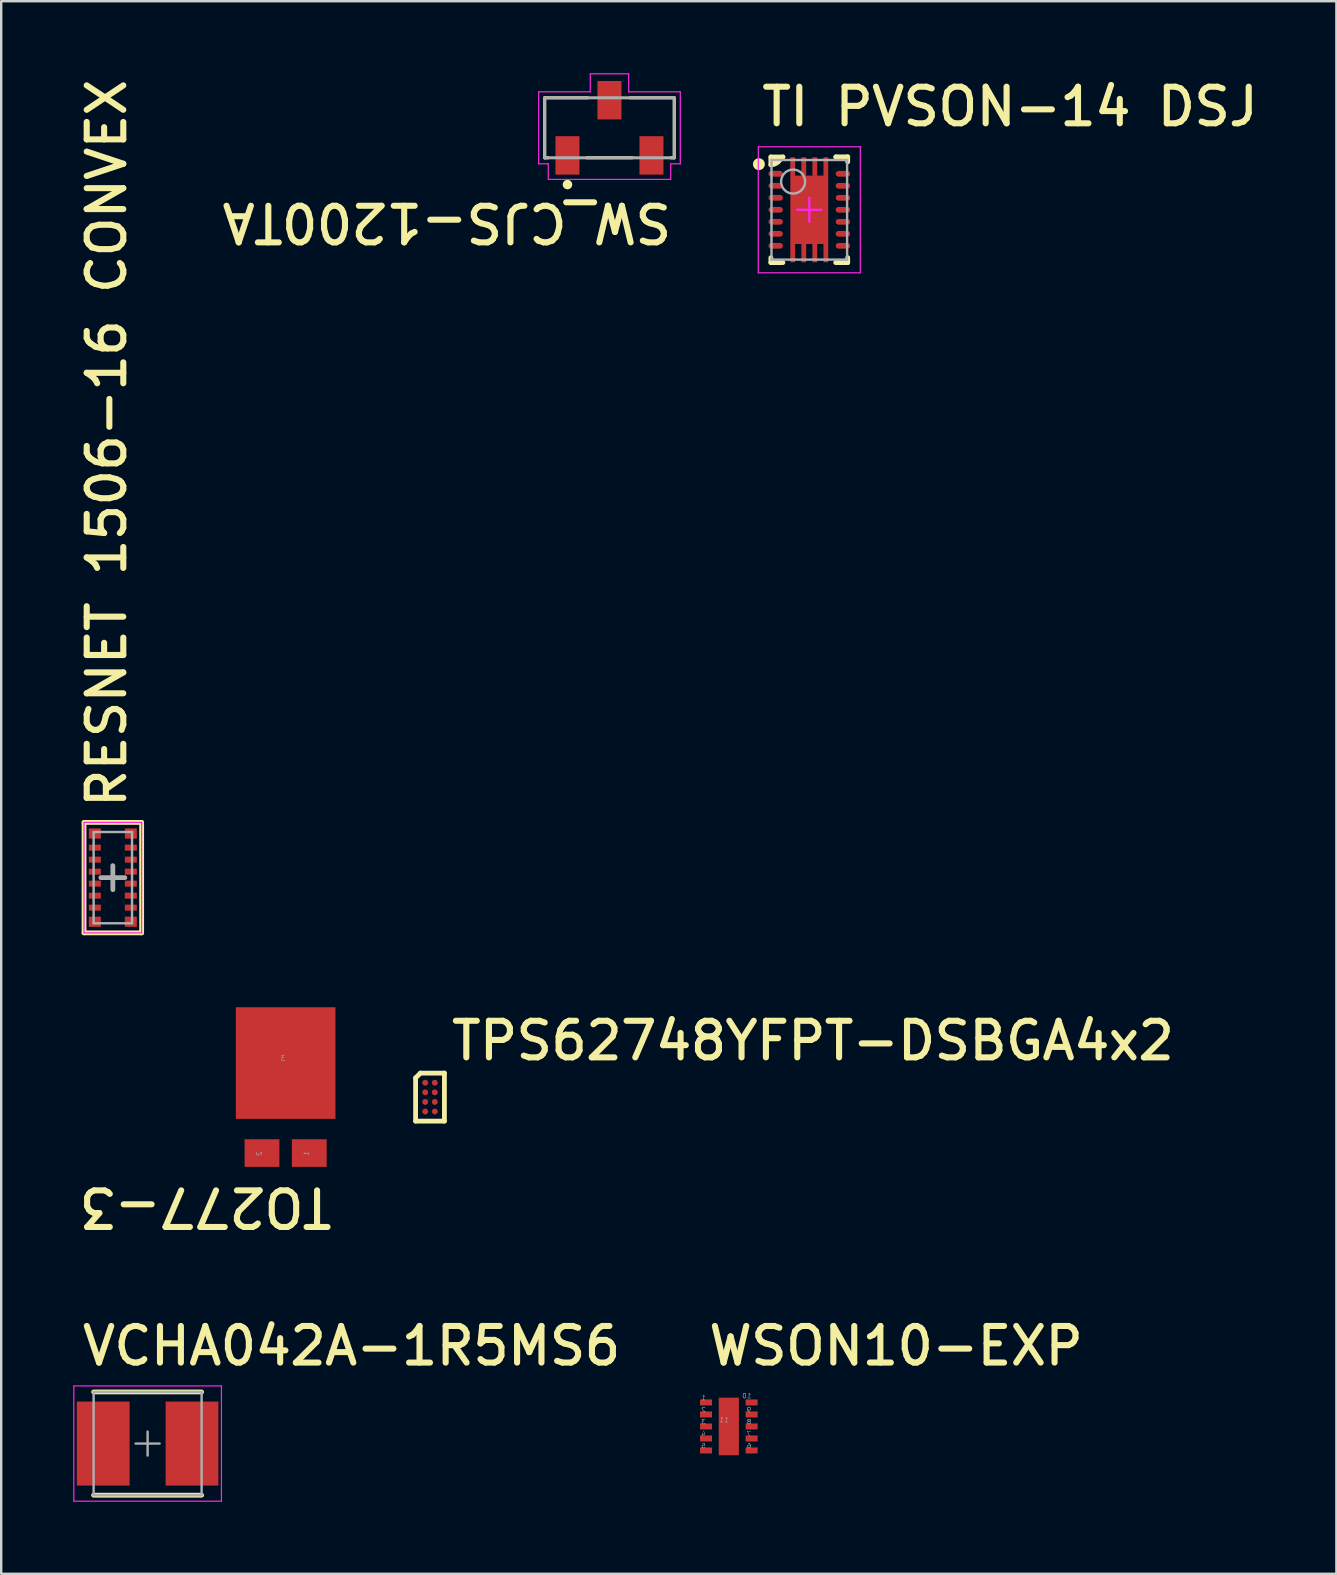
<source format=kicad_pcb>
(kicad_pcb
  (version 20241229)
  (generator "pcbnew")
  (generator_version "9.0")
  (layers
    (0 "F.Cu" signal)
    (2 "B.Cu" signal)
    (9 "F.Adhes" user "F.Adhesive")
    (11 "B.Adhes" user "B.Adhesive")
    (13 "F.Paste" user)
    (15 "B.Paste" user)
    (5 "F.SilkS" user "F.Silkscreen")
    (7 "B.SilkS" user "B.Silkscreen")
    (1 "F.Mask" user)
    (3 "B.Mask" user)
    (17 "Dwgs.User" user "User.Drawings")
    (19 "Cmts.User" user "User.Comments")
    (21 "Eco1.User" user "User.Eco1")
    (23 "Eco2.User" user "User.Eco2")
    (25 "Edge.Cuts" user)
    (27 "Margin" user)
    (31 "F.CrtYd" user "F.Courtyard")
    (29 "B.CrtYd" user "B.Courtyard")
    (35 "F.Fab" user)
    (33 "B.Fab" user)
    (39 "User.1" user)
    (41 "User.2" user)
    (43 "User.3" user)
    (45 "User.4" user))
  (footprint "TO277-3"
    (layer "F.Cu")
    (at 8.85 42.239)
    (property "Reference" "TO277-3" (at 2.057 4.105 180) (unlocked yes) (layer "F.SilkS") (effects (font (size 1.524 1.524) (thickness 0.254)) (justify left bottom)))
    (fp_text user "2" (at -0.985 2.67 90) (unlocked yes) (layer "F.Fab") (effects (font (size 0.2 0.2) (thickness 0.02)) (justify left bottom mirror)))
    (fp_text user "1" (at 0.985 2.67 90) (unlocked yes) (layer "F.Fab") (effects (font (size 0.2 0.2) (thickness 0.02)) (justify left bottom mirror)))
    (fp_text user "3" (at 0 -1.08 0) (unlocked yes) (layer "F.Fab") (effects (font (size 0.2 0.2) (thickness 0.02)) (justify left bottom mirror)))
    (pad "1" smd rect (at 0.985 2.75 270) (size 1.15 1.45) (layers "F.Cu" "F.Mask" "F.Paste"))
    (pad "2" smd rect (at -0.985 2.75 270) (size 1.15 1.45) (layers "F.Cu" "F.Mask" "F.Paste"))
    (pad "3" smd rect (at 0 -1 270) (size 4.65 4.15) (layers "F.Cu" "F.Mask" "F.Paste"))
    (zone (net_name "") (layer "Eco1.User") (hatch edge 0.5) (connect_pads) (min_thickness 0.25) (filled_areas_thickness no) (keepout (tracks not_allowed) (vias not_allowed) (pads not_allowed) (copperpour not_allowed) (footprints allowed)) (placement (enabled no)) (fill) (polygon (pts (xy 6.535 39.958) (xy 6.535 38.914) (xy 11.165 38.914) (xy 11.165 39.958))))
    (zone (net_name "") (layer "Eco1.User") (hatch edge 0.5) (connect_pads) (min_thickness 0.25) (filled_areas_thickness no) (keepout (tracks not_allowed) (vias not_allowed) (pads not_allowed) (copperpour not_allowed) (footprints allowed)) (placement (enabled no)) (fill) (polygon (pts (xy 6.535 45.564) (xy 6.535 40.132) (xy 11.165 40.132) (xy 11.165 45.564)))))
  (footprint "TPS62748YFPT-DSBGA4x2"
    (layer "F.Cu")
    (at 14.665 42.058)
    (property "Reference" "TPS62748YFPT-DSBGA4x2" (at 0.965 -0.857 0) (unlocked yes) (layer "F.SilkS") (effects (font (size 1.524 1.524) (thickness 0.254)) (justify left bottom)))
    (fp_line (start -0.4 1.6) (end -0.4 -0.2) (stroke (width 0.2) (type solid)) (layer "F.SilkS"))
    (fp_line (start -0.2 -0.4) (end -0.4 -0.2) (stroke (width 0.2) (type solid)) (layer "F.SilkS"))
    (fp_line (start 0.8 -0.4) (end -0.2 -0.4) (stroke (width 0.2) (type solid)) (layer "F.SilkS"))
    (fp_line (start 0.8 1.6) (end -0.4 1.6) (stroke (width 0.2) (type solid)) (layer "F.SilkS"))
    (fp_line (start 0.8 1.6) (end 0.8 -0.4) (stroke (width 0.2) (type solid)) (layer "F.SilkS"))
    (pad "A1" smd circle (at 0 0) (size 0.245 0.245) (layers "F.Cu" "F.Mask" "F.Paste"))
    (pad "A2" smd circle (at 0.4 0) (size 0.245 0.245) (layers "F.Cu" "F.Mask" "F.Paste"))
    (pad "B1" smd circle (at 0 0.4) (size 0.245 0.245) (layers "F.Cu" "F.Mask" "F.Paste"))
    (pad "B2" smd circle (at 0.4 0.4) (size 0.245 0.245) (layers "F.Cu" "F.Mask" "F.Paste"))
    (pad "C1" smd circle (at 0 0.8) (size 0.245 0.245) (layers "F.Cu" "F.Mask" "F.Paste"))
    (pad "C2" smd circle (at 0.4 0.8) (size 0.245 0.245) (layers "F.Cu" "F.Mask" "F.Paste"))
    (pad "D1" smd circle (at 0 1.2) (size 0.245 0.245) (layers "F.Cu" "F.Mask" "F.Paste"))
    (pad "D2" smd circle (at 0.4 1.2) (size 0.245 0.245) (layers "F.Cu" "F.Mask" "F.Paste")))
  (footprint "RESNET 1506-16 CONVEX"
    (layer "F.Cu")
    (at 1.651 33.514)
    (property "Reference" "RESNET 1506-16 CONVEX" (at 0.635 -2.795 90) (unlocked yes) (layer "F.SilkS") (effects (font (size 1.524 1.524) (thickness 0.254)) (justify left bottom)))
    (fp_line (start -1.2 -2.3) (end -1.2 2.3) (stroke (width 0.2) (type solid)) (layer "F.SilkS"))
    (fp_line (start -1.2 -2.3) (end 1.2 -2.3) (stroke (width 0.2) (type solid)) (layer "F.SilkS"))
    (fp_line (start -1.2 2.3) (end 1.2 2.3) (stroke (width 0.2) (type solid)) (layer "F.SilkS"))
    (fp_line (start 1.2 -2.3) (end 1.2 2.3) (stroke (width 0.2) (type solid)) (layer "F.SilkS"))
    (fp_line (start -1.2 -2.3) (end -1.2 2.3) (stroke (width 0.05) (type solid)) (layer "F.CrtYd"))
    (fp_line (start -1.2 -2.3) (end 1.2 -2.3) (stroke (width 0.05) (type solid)) (layer "F.CrtYd"))
    (fp_line (start -1.2 2.3) (end 1.2 2.3) (stroke (width 0.05) (type solid)) (layer "F.CrtYd"))
    (fp_line (start 1.2 -2.3) (end 1.2 2.3) (stroke (width 0.05) (type solid)) (layer "F.CrtYd"))
    (fp_line (start -0.8 -1.9) (end -0.8 1.9) (stroke (width 0.1) (type solid)) (layer "F.Fab"))
    (fp_line (start -0.8 -1.9) (end 0.8 -1.9) (stroke (width 0.1) (type solid)) (layer "F.Fab"))
    (fp_line (start -0.8 1.9) (end 0.8 1.9) (stroke (width 0.1) (type solid)) (layer "F.Fab"))
    (fp_line (start -0.5 0) (end 0.5 0) (stroke (width 0.2) (type solid)) (layer "F.Fab"))
    (fp_line (start 0 -0.5) (end 0 0.5) (stroke (width 0.2) (type solid)) (layer "F.Fab"))
    (fp_line (start 0.8 -1.9) (end 0.8 1.9) (stroke (width 0.1) (type solid)) (layer "F.Fab"))
    (pad "1" smd rect (at -0.75 -1.837) (size 0.5 0.425) (layers "F.Cu" "F.Mask" "F.Paste"))
    (pad "2" smd rect (at -0.75 -1.25) (size 0.5 0.25) (layers "F.Cu" "F.Mask" "F.Paste"))
    (pad "3" smd rect (at -0.75 -0.75) (size 0.5 0.25) (layers "F.Cu" "F.Mask" "F.Paste"))
    (pad "4" smd rect (at -0.75 -0.25) (size 0.5 0.25) (layers "F.Cu" "F.Mask" "F.Paste"))
    (pad "5" smd rect (at -0.75 0.25) (size 0.5 0.25) (layers "F.Cu" "F.Mask" "F.Paste"))
    (pad "6" smd rect (at -0.75 0.75) (size 0.5 0.25) (layers "F.Cu" "F.Mask" "F.Paste"))
    (pad "7" smd rect (at -0.75 1.25) (size 0.5 0.25) (layers "F.Cu" "F.Mask" "F.Paste"))
    (pad "8" smd rect (at -0.75 1.837) (size 0.5 0.425) (layers "F.Cu" "F.Mask" "F.Paste"))
    (pad "9" smd rect (at 0.75 1.837) (size 0.5 0.425) (layers "F.Cu" "F.Mask" "F.Paste"))
    (pad "10" smd rect (at 0.75 1.25) (size 0.5 0.25) (layers "F.Cu" "F.Mask" "F.Paste"))
    (pad "11" smd rect (at 0.75 0.75) (size 0.5 0.25) (layers "F.Cu" "F.Mask" "F.Paste"))
    (pad "12" smd rect (at 0.75 0.25) (size 0.5 0.25) (layers "F.Cu" "F.Mask" "F.Paste"))
    (pad "13" smd rect (at 0.75 -0.25) (size 0.5 0.25) (layers "F.Cu" "F.Mask" "F.Paste"))
    (pad "14" smd rect (at 0.75 -0.75) (size 0.5 0.25) (layers "F.Cu" "F.Mask" "F.Paste"))
    (pad "15" smd rect (at 0.75 -1.25) (size 0.5 0.25) (layers "F.Cu" "F.Mask" "F.Paste"))
    (pad "16" smd rect (at 0.75 -1.837) (size 0.5 0.425) (layers "F.Cu" "F.Mask" "F.Paste")))
  (footprint "VCHA042A-1R5MS6"
    (layer "F.Cu")
    (at 3.1 57.092)
    (property "Reference" "VCHA042A-1R5MS6" (at -2.845 -3.175 0) (unlocked yes) (layer "F.SilkS") (effects (font (size 1.524 1.524) (thickness 0.254)) (justify left bottom)))
    (fp_line (start 2.25 -2.15) (end -2.25 -2.15) (stroke (width 0.2) (type solid)) (layer "F.SilkS"))
    (fp_line (start 2.25 2.15) (end -2.25 2.15) (stroke (width 0.2) (type solid)) (layer "F.SilkS"))
    (fp_line (start -3.075 2.4) (end -3.075 -2.4) (stroke (width 0.05) (type solid)) (layer "F.CrtYd"))
    (fp_line (start 3.075 -2.4) (end -3.075 -2.4) (stroke (width 0.05) (type solid)) (layer "F.CrtYd"))
    (fp_line (start 3.075 2.4) (end -3.075 2.4) (stroke (width 0.05) (type solid)) (layer "F.CrtYd"))
    (fp_line (start 3.075 2.4) (end 3.075 -2.4) (stroke (width 0.05) (type solid)) (layer "F.CrtYd"))
    (fp_line (start -2.25 2.15) (end -2.25 -2.15) (stroke (width 0.1) (type solid)) (layer "F.Fab"))
    (fp_line (start 0 0.5) (end 0 -0.5) (stroke (width 0.1) (type solid)) (layer "F.Fab"))
    (fp_line (start 0.5 0) (end -0.5 0) (stroke (width 0.1) (type solid)) (layer "F.Fab"))
    (fp_line (start 2.25 -2.15) (end -2.25 -2.15) (stroke (width 0.1) (type solid)) (layer "F.Fab"))
    (fp_line (start 2.25 2.15) (end -2.25 2.15) (stroke (width 0.1) (type solid)) (layer "F.Fab"))
    (fp_line (start 2.25 2.15) (end 2.25 -2.15) (stroke (width 0.1) (type solid)) (layer "F.Fab"))
    (pad "1" smd rect (at -1.85 0 90) (size 3.5 2.2) (layers "F.Cu" "F.Mask" "F.Paste"))
    (pad "2" smd rect (at 1.85 0 90) (size 3.5 2.2) (layers "F.Cu" "F.Mask" "F.Paste")))
  (footprint "WSON10-EXP"
    (layer "F.Cu")
    (at 27.314 56.38)
    (property "Reference" "WSON10-EXP" (at -0.965 -2.464 0) (unlocked yes) (layer "F.SilkS") (effects (font (size 1.524 1.524) (thickness 0.254)) (justify left bottom)))
    (fp_poly (pts (xy -1.2 -1.7) (xy -1.2 1.7) (xy 1.2 1.7) (xy 1.2 -1.7)) (stroke (width 0.1) (type default)) (fill no) (layer "User.8"))
    (fp_text user "11" (at 0 -0.16 0) (unlocked yes) (layer "F.Fab") (effects (font (size 0.2 0.2) (thickness 0.02)) (justify left bottom mirror)))
    (fp_text user "3" (at -0.95 -0.08 0) (unlocked yes) (layer "F.Fab") (effects (font (size 0.2 0.2) (thickness 0.02)) (justify left bottom mirror)))
    (fp_text user "8" (at 0.95 -0.08 0) (unlocked yes) (layer "F.Fab") (effects (font (size 0.2 0.2) (thickness 0.02)) (justify left bottom mirror)))
    (fp_text user "9" (at 0.95 -0.58 0) (unlocked yes) (layer "F.Fab") (effects (font (size 0.2 0.2) (thickness 0.02)) (justify left bottom mirror)))
    (fp_text user "6" (at 0.95 0.92 0) (unlocked yes) (layer "F.Fab") (effects (font (size 0.2 0.2) (thickness 0.02)) (justify left bottom mirror)))
    (fp_text user "5" (at -0.95 0.92 0) (unlocked yes) (layer "F.Fab") (effects (font (size 0.2 0.2) (thickness 0.02)) (justify left bottom mirror)))
    (fp_text user "7" (at 0.95 0.42 0) (unlocked yes) (layer "F.Fab") (effects (font (size 0.2 0.2) (thickness 0.02)) (justify left bottom mirror)))
    (fp_text user "4" (at -0.95 0.42 0) (unlocked yes) (layer "F.Fab") (effects (font (size 0.2 0.2) (thickness 0.02)) (justify left bottom mirror)))
    (fp_text user "2" (at -0.95 -0.58 0) (unlocked yes) (layer "F.Fab") (effects (font (size 0.2 0.2) (thickness 0.02)) (justify left bottom mirror)))
    (fp_text user "10" (at 0.95 -1.16 0) (unlocked yes) (layer "F.Fab") (effects (font (size 0.2 0.2) (thickness 0.02)) (justify left bottom mirror)))
    (fp_text user "1" (at -0.95 -1.08 0) (unlocked yes) (layer "F.Fab") (effects (font (size 0.2 0.2) (thickness 0.02)) (justify left bottom mirror)))
    (pad "1" smd rect (at -0.95 -1 270) (size 0.25 0.5) (layers "F.Cu" "F.Mask" "F.Paste"))
    (pad "2" smd rect (at -0.95 -0.5 270) (size 0.25 0.5) (layers "F.Cu" "F.Mask" "F.Paste"))
    (pad "3" smd rect (at -0.95 0 270) (size 0.25 0.5) (layers "F.Cu" "F.Mask" "F.Paste"))
    (pad "4" smd rect (at -0.95 0.5 270) (size 0.25 0.5) (layers "F.Cu" "F.Mask" "F.Paste"))
    (pad "5" smd rect (at -0.95 1 270) (size 0.25 0.5) (layers "F.Cu" "F.Mask" "F.Paste"))
    (pad "6" smd rect (at 0.95 1 270) (size 0.25 0.5) (layers "F.Cu" "F.Mask" "F.Paste"))
    (pad "7" smd rect (at 0.95 0.5 270) (size 0.25 0.5) (layers "F.Cu" "F.Mask" "F.Paste"))
    (pad "8" smd rect (at 0.95 0 270) (size 0.25 0.5) (layers "F.Cu" "F.Mask" "F.Paste"))
    (pad "9" smd rect (at 0.95 -0.5 270) (size 0.25 0.5) (layers "F.Cu" "F.Mask" "F.Paste"))
    (pad "10" smd rect (at 0.95 -1 270) (size 0.25 0.5) (layers "F.Cu" "F.Mask" "F.Paste"))
    (pad "11" smd rect (at 0 0 270) (size 2.4 0.84) (layers "F.Cu" "F.Mask" "F.Paste"))
    (zone (net_name "") (layer "Eco1.User") (hatch edge 0.5) (connect_pads) (min_thickness 0.25) (filled_areas_thickness no) (keepout (tracks not_allowed) (vias not_allowed) (pads not_allowed) (copperpour not_allowed) (footprints allowed)) (placement (enabled no)) (fill) (polygon (pts (xy 28.314 57.88) (xy 26.314 57.88) (xy 26.314 54.88) (xy 28.314 54.88)))))
  (footprint "SW_CJS-1200TA"
    (layer "F.Cu")
    (at 22.342 2.275)
    (property "Reference" "SW_CJS-1200TA" (at 2.718 3.048 180) (unlocked yes) (layer "F.SilkS") (effects (font (size 1.524 1.524) (thickness 0.254)) (justify left bottom)))
    (fp_line (start -2.7 -1.25) (end -2.7 1.25) (stroke (width 0.127) (type solid)) (layer "F.SilkS"))
    (fp_line (start -2.55 1.25) (end -2.7 1.25) (stroke (width 0.127) (type solid)) (layer "F.SilkS"))
    (fp_line (start -0.9 -1.25) (end -2.7 -1.25) (stroke (width 0.127) (type solid)) (layer "F.SilkS"))
    (fp_line (start 0.95 1.25) (end -0.95 1.25) (stroke (width 0.127) (type solid)) (layer "F.SilkS"))
    (fp_line (start 2.7 -1.25) (end 0.85 -1.25) (stroke (width 0.127) (type solid)) (layer "F.SilkS"))
    (fp_line (start 2.7 -1.25) (end 2.7 1.25) (stroke (width 0.127) (type solid)) (layer "F.SilkS"))
    (fp_line (start 2.7 1.25) (end 2.55 1.25) (stroke (width 0.127) (type solid)) (layer "F.SilkS"))
    (fp_circle (center -1.75 2.365) (end -1.75 2.465) (stroke (width 0.2) (type solid)) (fill no) (layer "F.SilkS"))
    (fp_line (start -2.95 -1.5) (end -2.95 1.5) (stroke (width 0.05) (type solid)) (layer "F.CrtYd"))
    (fp_line (start -2.55 1.5) (end -2.95 1.5) (stroke (width 0.05) (type solid)) (layer "F.CrtYd"))
    (fp_line (start -2.55 1.5) (end -2.55 2.15) (stroke (width 0.05) (type solid)) (layer "F.CrtYd"))
    (fp_line (start -0.8 -2.25) (end -0.8 -1.5) (stroke (width 0.05) (type solid)) (layer "F.CrtYd"))
    (fp_line (start -0.8 -1.5) (end -2.95 -1.5) (stroke (width 0.05) (type solid)) (layer "F.CrtYd"))
    (fp_line (start 0.8 -2.25) (end -0.8 -2.25) (stroke (width 0.05) (type solid)) (layer "F.CrtYd"))
    (fp_line (start 0.8 -2.25) (end 0.8 -1.5) (stroke (width 0.05) (type solid)) (layer "F.CrtYd"))
    (fp_line (start 2.55 1.5) (end 2.55 2.15) (stroke (width 0.05) (type solid)) (layer "F.CrtYd"))
    (fp_line (start 2.55 2.15) (end -2.55 2.15) (stroke (width 0.05) (type solid)) (layer "F.CrtYd"))
    (fp_line (start 2.95 -1.5) (end 0.8 -1.5) (stroke (width 0.05) (type solid)) (layer "F.CrtYd"))
    (fp_line (start 2.95 -1.5) (end 2.95 1.5) (stroke (width 0.05) (type solid)) (layer "F.CrtYd"))
    (fp_line (start 2.95 1.5) (end 2.55 1.5) (stroke (width 0.05) (type solid)) (layer "F.CrtYd"))
    (fp_line (start -2.7 -1.25) (end -2.7 1.25) (stroke (width 0.127) (type solid)) (layer "F.Fab"))
    (fp_line (start 2.7 -1.25) (end -2.7 -1.25) (stroke (width 0.127) (type solid)) (layer "F.Fab"))
    (fp_line (start 2.7 -1.25) (end 2.7 1.25) (stroke (width 0.127) (type solid)) (layer "F.Fab"))
    (fp_line (start 2.7 1.25) (end -2.7 1.25) (stroke (width 0.127) (type solid)) (layer "F.Fab"))
    (pad "1" smd rect (at -1.75 1.15) (size 1 1.6) (layers "F.Cu" "F.Mask" "F.Paste"))
    (pad "2" smd rect (at 0 -1.15) (size 1 1.6) (layers "F.Cu" "F.Mask" "F.Paste"))
    (pad "3" smd rect (at 1.75 1.15) (size 1 1.6) (layers "F.Cu" "F.Mask" "F.Paste")))
  (footprint "TI PVSON-14 DSJ"
    (layer "F.Cu")
    (at 30.667 5.69)
    (property "Reference" "TI PVSON-14 DSJ" (at -2.108 -3.404 0) (unlocked yes) (layer "F.SilkS") (effects (font (size 1.524 1.524) (thickness 0.254)) (justify left bottom)))
    (fp_line (start -1.6 -1.875) (end -1.6 -2.2) (stroke (width 0.2) (type solid)) (layer "F.SilkS"))
    (fp_line (start -1.6 2.2) (end -1.6 1.995) (stroke (width 0.2) (type solid)) (layer "F.SilkS"))
    (fp_line (start -1.1 -2.2) (end -1.6 -2.2) (stroke (width 0.2) (type solid)) (layer "F.SilkS"))
    (fp_line (start -1.1 -2.2) (end -1.301 -1.999) (stroke (width 0.2) (type solid)) (layer "F.SilkS"))
    (fp_line (start -1.1 2.2) (end -1.6 2.2) (stroke (width 0.2) (type solid)) (layer "F.SilkS"))
    (fp_line (start 1.6 -2.205) (end 1.112 -2.205) (stroke (width 0.2) (type solid)) (layer "F.SilkS"))
    (fp_line (start 1.6 -2) (end 1.6 -2.205) (stroke (width 0.2) (type solid)) (layer "F.SilkS"))
    (fp_line (start 1.6 2.2) (end 1.1 2.2) (stroke (width 0.2) (type solid)) (layer "F.SilkS"))
    (fp_line (start 1.6 2.2) (end 1.6 1.995) (stroke (width 0.2) (type solid)) (layer "F.SilkS"))
    (fp_arc (start -1.301262 -1.998742) (mid -1.438324 -1.90716) (end -1.6 -1.875) (stroke (width 0.2) (type solid)) (layer "F.SilkS"))
    (fp_arc (start 1.099993 -2.200007) (mid 1.105534 -2.203709) (end 1.11207 -2.20501) (stroke (width 0.2) (type solid)) (layer "F.SilkS"))
    (fp_circle (center -2.1 -1.9) (end -2.1 -2.025) (stroke (width 0.25) (type solid)) (fill no) (layer "F.SilkS"))
    (fp_poly (pts (xy -1.6 -2.2) (xy -1.1 -2.2) (xy -1.425 -1.875) (xy -1.6 -1.875)) (stroke (width 0) (type default)) (fill yes) (layer "F.SilkS"))
    (fp_line (start -2.125 2.625) (end -2.125 -2.625) (stroke (width 0.05) (type solid)) (layer "F.CrtYd"))
    (fp_line (start 0 0.5) (end 0 -0.5) (stroke (width 0.1) (type solid)) (layer "F.CrtYd"))
    (fp_line (start 0.5 0) (end -0.5 0) (stroke (width 0.1) (type solid)) (layer "F.CrtYd"))
    (fp_line (start 2.125 -2.625) (end -2.125 -2.625) (stroke (width 0.05) (type solid)) (layer "F.CrtYd"))
    (fp_line (start 2.125 2.625) (end -2.125 2.625) (stroke (width 0.05) (type solid)) (layer "F.CrtYd"))
    (fp_line (start 2.125 2.625) (end 2.125 -2.625) (stroke (width 0.05) (type solid)) (layer "F.CrtYd"))
    (fp_line (start -1.575 2.075) (end -1.575 -2.075) (stroke (width 0.1) (type solid)) (layer "F.Fab"))
    (fp_line (start 1.575 -2.075) (end -1.575 -2.075) (stroke (width 0.1) (type solid)) (layer "F.Fab"))
    (fp_line (start 1.575 2.075) (end -1.575 2.075) (stroke (width 0.1) (type solid)) (layer "F.Fab"))
    (fp_line (start 1.575 2.075) (end 1.575 -2.075) (stroke (width 0.1) (type solid)) (layer "F.Fab"))
    (fp_circle (center -0.675 -1.175) (end -0.675 -1.675) (stroke (width 0.1) (type solid)) (fill no) (layer "F.Fab"))
    (pad "1" smd oval (at -1.4 -1.5 90) (size 0.24 0.6) (layers "F.Cu" "F.Mask" "F.Paste"))
    (pad "2" smd oval (at -1.4 -1 90) (size 0.24 0.6) (layers "F.Cu" "F.Mask" "F.Paste"))
    (pad "3" smd oval (at -1.4 -0.5 90) (size 0.24 0.6) (layers "F.Cu" "F.Mask" "F.Paste"))
    (pad "4" smd oval (at -1.4 0 90) (size 0.24 0.6) (layers "F.Cu" "F.Mask" "F.Paste"))
    (pad "5" smd oval (at -1.4 0.5 90) (size 0.24 0.6) (layers "F.Cu" "F.Mask" "F.Paste"))
    (pad "6" smd oval (at -1.4 1 90) (size 0.24 0.6) (layers "F.Cu" "F.Mask" "F.Paste"))
    (pad "7" smd oval (at -1.4 1.5 90) (size 0.24 0.6) (layers "F.Cu" "F.Mask" "F.Paste"))
    (pad "8" smd oval (at 1.4 1.5 90) (size 0.24 0.6) (layers "F.Cu" "F.Mask" "F.Paste"))
    (pad "9" smd oval (at 1.4 1 90) (size 0.24 0.6) (layers "F.Cu" "F.Mask" "F.Paste"))
    (pad "10" smd oval (at 1.4 0.5 90) (size 0.24 0.6) (layers "F.Cu" "F.Mask" "F.Paste"))
    (pad "11" smd oval (at 1.4 0 90) (size 0.24 0.6) (layers "F.Cu" "F.Mask" "F.Paste"))
    (pad "12" smd oval (at 1.4 -0.5 90) (size 0.24 0.6) (layers "F.Cu" "F.Mask" "F.Paste"))
    (pad "13" smd oval (at 1.4 -1 90) (size 0.24 0.6) (layers "F.Cu" "F.Mask" "F.Paste"))
    (pad "14" smd oval (at 1.4 -1.5 90) (size 0.24 0.6) (layers "F.Cu" "F.Mask" "F.Paste"))
    (pad "15" smd rect (at -0.69 -1.8) (size 0.2 0.775) (layers "F.Cu" "F.Mask" "F.Paste"))
    (pad "15" smd rect (at -0.69 1.8) (size 0.2 0.775) (layers "F.Cu" "F.Mask" "F.Paste"))
    (pad "15" smd rect (at -0.23 -1.8) (size 0.2 0.775) (layers "F.Cu" "F.Mask" "F.Paste"))
    (pad "15" smd rect (at -0.23 1.8) (size 0.2 0.775) (layers "F.Cu" "F.Mask" "F.Paste"))
    (pad "15" smd rect (at 0 0) (size 1.58 2.85) (layers "F.Cu" "F.Mask" "F.Paste"))
    (pad "15" smd rect (at 0.23 -1.8 180) (size 0.2 0.775) (layers "F.Cu" "F.Mask" "F.Paste"))
    (pad "15" smd rect (at 0.23 1.8 180) (size 0.2 0.775) (layers "F.Cu" "F.Mask" "F.Paste"))
    (pad "15" smd rect (at 0.69 -1.8 180) (size 0.2 0.775) (layers "F.Cu" "F.Mask" "F.Paste"))
    (pad "15" smd rect (at 0.69 1.8 180) (size 0.2 0.775) (layers "F.Cu" "F.Mask" "F.Paste")))
  (gr_rect
    (start -3 -3)
    (end 52.626 62.517)
    (stroke (width 0.1) (type default))
    (fill no)
    (layer "Edge.Cuts")))
</source>
